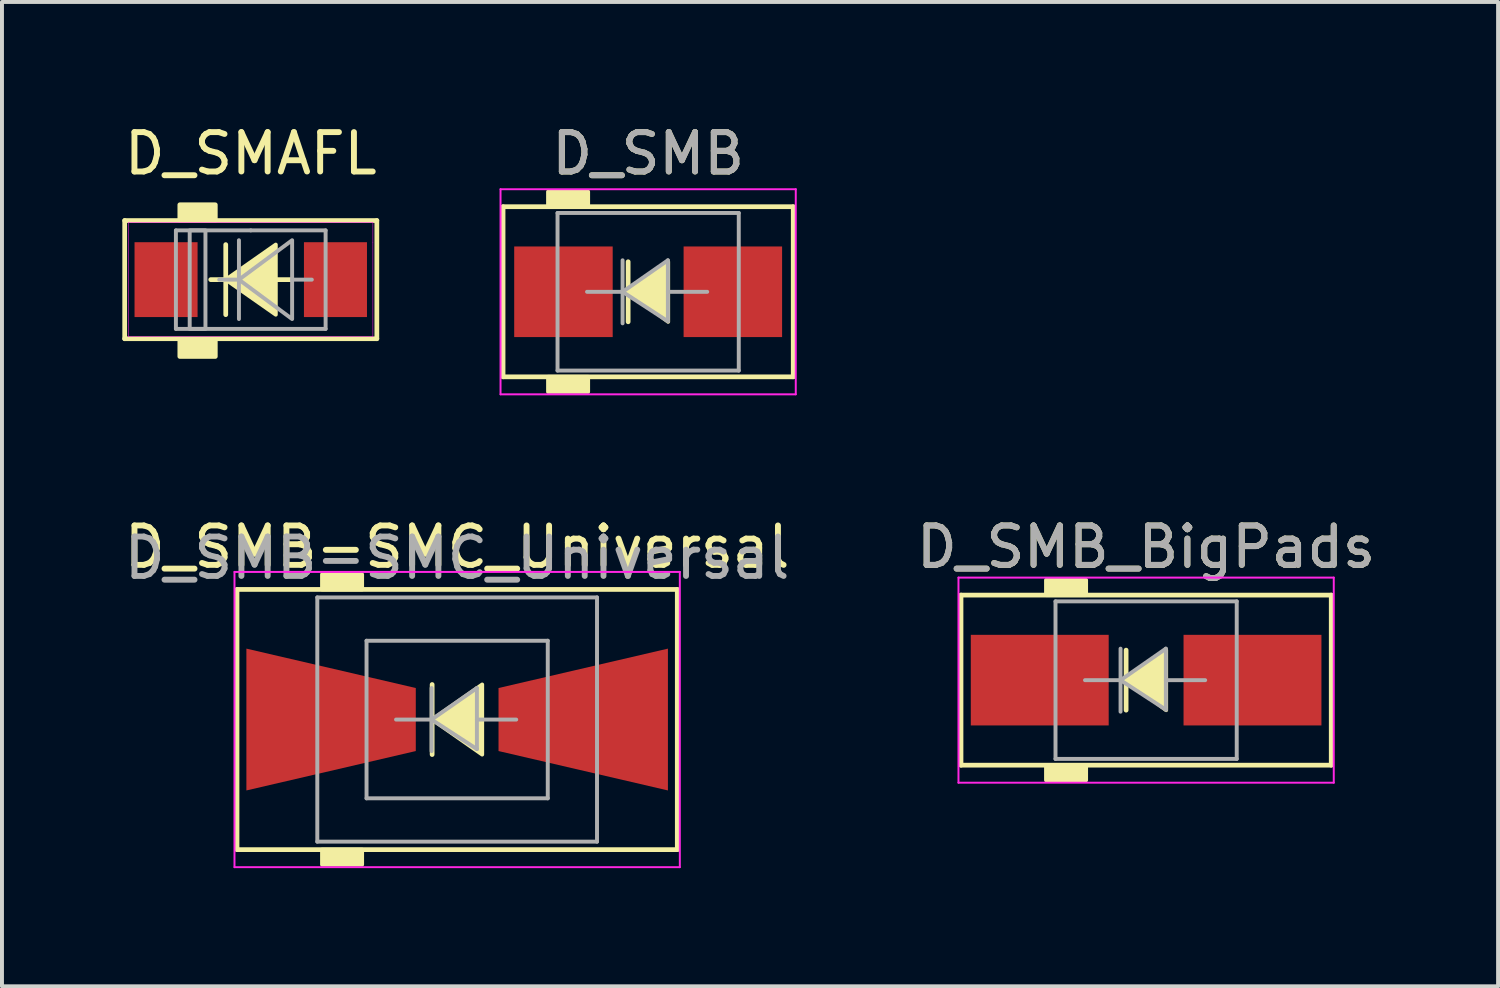
<source format=kicad_pcb>
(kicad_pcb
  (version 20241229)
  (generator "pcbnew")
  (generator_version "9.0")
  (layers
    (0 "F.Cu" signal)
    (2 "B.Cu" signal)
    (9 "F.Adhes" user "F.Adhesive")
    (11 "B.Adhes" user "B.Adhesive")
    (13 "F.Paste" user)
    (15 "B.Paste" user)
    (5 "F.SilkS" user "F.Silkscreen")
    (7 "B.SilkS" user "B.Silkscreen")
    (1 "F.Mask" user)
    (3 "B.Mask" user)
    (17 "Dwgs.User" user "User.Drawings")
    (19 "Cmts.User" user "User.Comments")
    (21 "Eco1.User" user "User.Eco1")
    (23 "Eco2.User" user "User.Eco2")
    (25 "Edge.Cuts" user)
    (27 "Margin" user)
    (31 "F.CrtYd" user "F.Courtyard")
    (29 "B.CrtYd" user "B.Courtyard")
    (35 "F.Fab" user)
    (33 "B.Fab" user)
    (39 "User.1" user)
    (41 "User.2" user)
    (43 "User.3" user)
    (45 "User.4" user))
  (footprint "D_SMAFL"
    (layer "F.Cu")
    (at 3.315 4.048)
    (property "Reference" "D_SMAFL" (at 0 -3.2 0) (unlocked yes) (layer "F.SilkS") (effects (font (size 1 1) (thickness 0.15))))
    (fp_line (start -3.2 -1.5) (end -3.2 1.5) (stroke (width 0.12) (type solid)) (layer "F.SilkS"))
    (fp_line (start -3.2 1.5) (end 3.2 1.5) (stroke (width 0.12) (type solid)) (layer "F.SilkS"))
    (fp_line (start -0.635 -0.889) (end -0.635 0.889) (stroke (width 0.12) (type solid)) (layer "F.SilkS"))
    (fp_line (start -0.635 0) (end -1.016 0) (stroke (width 0.12) (type solid)) (layer "F.SilkS"))
    (fp_line (start 0.635 0) (end 1.016 0) (stroke (width 0.12) (type solid)) (layer "F.SilkS"))
    (fp_line (start 3.2 -1.5) (end -3.2 -1.5) (stroke (width 0.12) (type solid)) (layer "F.SilkS"))
    (fp_line (start 3.2 1.5) (end 3.2 -1.5) (stroke (width 0.12) (type solid)) (layer "F.SilkS"))
    (fp_rect (start -0.9 -1.9) (end -1.8 -1.5) (stroke (width 0.12) (type solid)) (fill yes) (layer "F.SilkS"))
    (fp_rect (start -0.9 1.55) (end -1.8 1.95) (stroke (width 0.12) (type solid)) (fill yes) (layer "F.SilkS"))
    (fp_poly (pts (xy 0.635 0.889) (xy -0.635 0) (xy 0.635 -0.889)) (stroke (width 0.1) (type solid)) (fill yes) (layer "F.SilkS"))
    (fp_line (start -3.1 -1.45) (end -3.1 1.45) (stroke (width 0.013) (type solid)) (layer "F.CrtYd"))
    (fp_line (start -3.1 -1.45) (end 3.1 -1.45) (stroke (width 0.013) (type solid)) (layer "F.CrtYd"))
    (fp_line (start -3.1 1.45) (end 3.1 1.45) (stroke (width 0.013) (type solid)) (layer "F.CrtYd"))
    (fp_line (start 3.1 -1.45) (end 3.1 -0.95) (stroke (width 0.013) (type solid)) (layer "F.CrtYd"))
    (fp_line (start 3.1 1.45) (end 3.1 -0.95) (stroke (width 0.013) (type solid)) (layer "F.CrtYd"))
    (fp_line (start -1.9 -1.25) (end -1.9 1.25) (stroke (width 0.1) (type solid)) (layer "F.Fab"))
    (fp_line (start -1.9 1.25) (end 1.9 1.25) (stroke (width 0.1) (type solid)) (layer "F.Fab"))
    (fp_line (start -0.3 -1) (end -0.3 0) (stroke (width 0.1) (type solid)) (layer "F.Fab"))
    (fp_line (start -0.3 0) (end -0.8 0) (stroke (width 0.1) (type solid)) (layer "F.Fab"))
    (fp_line (start -0.3 1) (end -0.3 0) (stroke (width 0.1) (type solid)) (layer "F.Fab"))
    (fp_line (start 0 -1.25) (end -1.9 -1.25) (stroke (width 0.1) (type solid)) (layer "F.Fab"))
    (fp_line (start 1.55 0) (end 1.05 0) (stroke (width 0.1) (type solid)) (layer "F.Fab"))
    (fp_line (start 1.9 -1.25) (end 0 -1.25) (stroke (width 0.1) (type solid)) (layer "F.Fab"))
    (fp_line (start 1.9 1.25) (end 1.9 -1.25) (stroke (width 0.1) (type solid)) (layer "F.Fab"))
    (fp_rect (start -1.55 -1.25) (end -1.15 1.25) (stroke (width 0.1) (type solid)) (fill no) (layer "F.Fab"))
    (fp_poly (pts (xy 1.05 1) (xy -0.3 0) (xy 1.05 -1)) (stroke (width 0.1) (type solid)) (fill no) (layer "F.Fab"))
    (pad "1" smd rect (at -2.15 0) (size 1.6 1.9) (layers "F.Cu" "F.Mask" "F.Paste"))
    (pad "2" smd rect (at 2.15 0) (size 1.6 1.9) (layers "F.Cu" "F.Mask" "F.Paste")))
  (footprint "D_SMB"
    (layer "F.Cu")
    (at 13.402 4.356)
    (property "Reference" "D_SMB" (at 0 -3.508 0) (layer "F.SilkS") (effects (font (size 1 1) (thickness 0.15))))
    (attr smd)
    (fp_line (start -3.683 -2.159) (end -3.683 2.159) (stroke (width 0.12) (type solid)) (layer "F.SilkS"))
    (fp_line (start -3.683 2.159) (end 3.683 2.159) (stroke (width 0.12) (type solid)) (layer "F.SilkS"))
    (fp_line (start -0.508 -0.762) (end -0.508 0.762) (stroke (width 0.12) (type solid)) (layer "F.SilkS"))
    (fp_line (start 3.683 -2.159) (end -3.683 -2.159) (stroke (width 0.12) (type solid)) (layer "F.SilkS"))
    (fp_line (start 3.683 2.159) (end 3.683 -2.159) (stroke (width 0.12) (type solid)) (layer "F.SilkS"))
    (fp_poly (pts (xy 0.508 0.762) (xy -0.508 0) (xy 0.508 -0.762)) (stroke (width 0.1) (type solid)) (fill yes) (layer "F.SilkS"))
    (fp_poly (pts (xy -1.524 -2.159) (xy -2.54 -2.159) (xy -2.54 -2.54) (xy -1.524 -2.54)) (stroke (width 0.1) (type solid)) (fill yes) (layer "F.SilkS"))
    (fp_poly (pts (xy -1.524 2.54) (xy -2.54 2.54) (xy -2.54 2.159) (xy -1.524 2.159)) (stroke (width 0.1) (type solid)) (fill yes) (layer "F.SilkS"))
    (fp_line (start -3.747 -2.603) (end 3.747 -2.603) (stroke (width 0.05) (type solid)) (layer "F.CrtYd"))
    (fp_line (start -3.747 2.603) (end -3.747 -2.603) (stroke (width 0.05) (type solid)) (layer "F.CrtYd"))
    (fp_line (start 3.747 -2.603) (end 3.747 2.603) (stroke (width 0.05) (type solid)) (layer "F.CrtYd"))
    (fp_line (start 3.747 2.603) (end -3.747 2.603) (stroke (width 0.05) (type solid)) (layer "F.CrtYd"))
    (fp_line (start -2.3 2) (end -2.3 -2) (stroke (width 0.1) (type solid)) (layer "F.Fab"))
    (fp_line (start -0.649 -0.799) (end -0.649 0.801) (stroke (width 0.1) (type solid)) (layer "F.Fab"))
    (fp_line (start -0.649 0.001) (end -1.551 0.001) (stroke (width 0.1) (type solid)) (layer "F.Fab"))
    (fp_line (start -0.649 0.001) (end 0.501 -0.799) (stroke (width 0.1) (type solid)) (layer "F.Fab"))
    (fp_line (start -0.649 0.001) (end 0.501 0.75) (stroke (width 0.1) (type solid)) (layer "F.Fab"))
    (fp_line (start 0.501 0.001) (end 1.499 0.001) (stroke (width 0.1) (type solid)) (layer "F.Fab"))
    (fp_line (start 0.501 0.75) (end 0.501 -0.799) (stroke (width 0.1) (type solid)) (layer "F.Fab"))
    (fp_line (start 2.3 -2) (end -2.3 -2) (stroke (width 0.1) (type solid)) (layer "F.Fab"))
    (fp_line (start 2.3 -2) (end 2.3 2) (stroke (width 0.1) (type solid)) (layer "F.Fab"))
    (fp_line (start 2.3 2) (end -2.3 2) (stroke (width 0.1) (type solid)) (layer "F.Fab"))
    (fp_text user "${REFERENCE}" (at 0 -3.508 0) (layer "F.Fab") (effects (font (size 1 1) (thickness 0.15))))
    (pad "1" smd rect (at -2.15 0) (size 2.5 2.3) (layers "F.Cu" "F.Mask" "F.Paste"))
    (pad "2" smd rect (at 2.15 0) (size 2.5 2.3) (layers "F.Cu" "F.Mask" "F.Paste")))
  (footprint "D_SMB-SMC_Universal"
    (layer "F.Cu")
    (at 8.554 15.214)
    (property "Reference" "D_SMB-SMC_Universal" (at 0 -4.381 0) (layer "F.SilkS") (effects (font (size 1 1) (thickness 0.15))))
    (attr smd)
    (fp_line (start -5.588 -3.302) (end -5.588 3.302) (stroke (width 0.12) (type solid)) (layer "F.SilkS"))
    (fp_line (start -5.588 3.302) (end 5.588 3.302) (stroke (width 0.12) (type solid)) (layer "F.SilkS"))
    (fp_line (start -0.635 -0.889) (end -0.635 0.889) (stroke (width 0.12) (type solid)) (layer "F.SilkS"))
    (fp_line (start 5.588 -3.302) (end -5.588 -3.302) (stroke (width 0.12) (type solid)) (layer "F.SilkS"))
    (fp_line (start 5.588 3.302) (end 5.588 -3.302) (stroke (width 0.12) (type solid)) (layer "F.SilkS"))
    (fp_poly (pts (xy 0.635 0.889) (xy -0.635 0) (xy 0.635 -0.889)) (stroke (width 0.1) (type solid)) (fill yes) (layer "F.SilkS"))
    (fp_poly (pts (xy -2.413 -3.302) (xy -3.429 -3.302) (xy -3.429 -3.683) (xy -2.413 -3.683)) (stroke (width 0.1) (type solid)) (fill yes) (layer "F.SilkS"))
    (fp_poly (pts (xy -2.413 3.683) (xy -3.429 3.683) (xy -3.429 3.302) (xy -2.413 3.302)) (stroke (width 0.1) (type solid)) (fill yes) (layer "F.SilkS"))
    (fp_line (start -5.652 -3.747) (end 5.652 -3.747) (stroke (width 0.05) (type solid)) (layer "F.CrtYd"))
    (fp_line (start -5.652 3.747) (end -5.652 -3.747) (stroke (width 0.05) (type solid)) (layer "F.CrtYd"))
    (fp_line (start 5.652 -3.747) (end 5.652 3.747) (stroke (width 0.05) (type solid)) (layer "F.CrtYd"))
    (fp_line (start 5.652 3.747) (end -5.652 3.747) (stroke (width 0.05) (type solid)) (layer "F.CrtYd"))
    (fp_line (start -3.55 3.1) (end -3.55 -3.1) (stroke (width 0.1) (type solid)) (layer "F.Fab"))
    (fp_line (start -2.3 2) (end -2.3 -2) (stroke (width 0.1) (type solid)) (layer "F.Fab"))
    (fp_line (start -0.649 -0.799) (end -0.649 0.801) (stroke (width 0.1) (type solid)) (layer "F.Fab"))
    (fp_line (start -0.649 0.001) (end -1.551 0.001) (stroke (width 0.1) (type solid)) (layer "F.Fab"))
    (fp_line (start -0.649 0.001) (end 0.501 -0.799) (stroke (width 0.1) (type solid)) (layer "F.Fab"))
    (fp_line (start -0.649 0.001) (end 0.501 0.75) (stroke (width 0.1) (type solid)) (layer "F.Fab"))
    (fp_line (start 0.501 0.001) (end 1.499 0.001) (stroke (width 0.1) (type solid)) (layer "F.Fab"))
    (fp_line (start 0.501 0.75) (end 0.501 -0.799) (stroke (width 0.1) (type solid)) (layer "F.Fab"))
    (fp_line (start 2.3 -2) (end -2.3 -2) (stroke (width 0.1) (type solid)) (layer "F.Fab"))
    (fp_line (start 2.3 -2) (end 2.3 2) (stroke (width 0.1) (type solid)) (layer "F.Fab"))
    (fp_line (start 2.3 2) (end -2.3 2) (stroke (width 0.1) (type solid)) (layer "F.Fab"))
    (fp_line (start 3.55 -3.1) (end -3.55 -3.1) (stroke (width 0.1) (type solid)) (layer "F.Fab"))
    (fp_line (start 3.55 -3.1) (end 3.55 3.1) (stroke (width 0.1) (type solid)) (layer "F.Fab"))
    (fp_line (start 3.55 3.1) (end -3.55 3.1) (stroke (width 0.1) (type solid)) (layer "F.Fab"))
    (fp_text user "${REFERENCE}" (at 0 -4.1 0) (layer "F.Fab") (effects (font (size 1 1) (thickness 0.15))))
    (pad "1" smd trapezoid (at -3.2 0) (size 4.3 2.6) (rect_delta 1 0) (layers "F.Cu" "F.Mask" "F.Paste"))
    (pad "2" smd trapezoid (at 3.2 0 180) (size 4.3 2.6) (rect_delta 1 0) (layers "F.Cu" "F.Mask" "F.Paste")))
  (footprint "D_SMB_BigPads"
    (layer "F.Cu")
    (at 26.042 14.214)
    (property "Reference" "D_SMB_BigPads" (at 0 -3.381 0) (layer "F.SilkS") (effects (font (size 1 1) (thickness 0.15))))
    (attr smd)
    (fp_line (start -4.699 -2.159) (end -4.699 2.159) (stroke (width 0.12) (type solid)) (layer "F.SilkS"))
    (fp_line (start -4.699 2.159) (end 4.699 2.159) (stroke (width 0.12) (type solid)) (layer "F.SilkS"))
    (fp_line (start -0.508 -0.762) (end -0.508 0.762) (stroke (width 0.12) (type solid)) (layer "F.SilkS"))
    (fp_line (start 4.699 -2.159) (end -4.699 -2.159) (stroke (width 0.12) (type solid)) (layer "F.SilkS"))
    (fp_line (start 4.699 2.159) (end 4.699 -2.159) (stroke (width 0.12) (type solid)) (layer "F.SilkS"))
    (fp_poly (pts (xy 0.508 0.762) (xy -0.508 0) (xy 0.508 -0.762)) (stroke (width 0.1) (type solid)) (fill yes) (layer "F.SilkS"))
    (fp_poly (pts (xy -1.524 -2.159) (xy -2.54 -2.159) (xy -2.54 -2.54) (xy -1.524 -2.54)) (stroke (width 0.1) (type solid)) (fill yes) (layer "F.SilkS"))
    (fp_poly (pts (xy -1.524 2.54) (xy -2.54 2.54) (xy -2.54 2.159) (xy -1.524 2.159)) (stroke (width 0.1) (type solid)) (fill yes) (layer "F.SilkS"))
    (fp_line (start -4.763 -2.603) (end 4.763 -2.603) (stroke (width 0.05) (type solid)) (layer "F.CrtYd"))
    (fp_line (start -4.763 2.603) (end -4.763 -2.603) (stroke (width 0.05) (type solid)) (layer "F.CrtYd"))
    (fp_line (start 4.763 -2.603) (end 4.763 2.603) (stroke (width 0.05) (type solid)) (layer "F.CrtYd"))
    (fp_line (start 4.763 2.603) (end -4.763 2.603) (stroke (width 0.05) (type solid)) (layer "F.CrtYd"))
    (fp_line (start -2.3 2) (end -2.3 -2) (stroke (width 0.1) (type solid)) (layer "F.Fab"))
    (fp_line (start -0.649 -0.799) (end -0.649 0.801) (stroke (width 0.1) (type solid)) (layer "F.Fab"))
    (fp_line (start -0.649 0.001) (end -1.551 0.001) (stroke (width 0.1) (type solid)) (layer "F.Fab"))
    (fp_line (start -0.649 0.001) (end 0.501 -0.799) (stroke (width 0.1) (type solid)) (layer "F.Fab"))
    (fp_line (start -0.649 0.001) (end 0.501 0.75) (stroke (width 0.1) (type solid)) (layer "F.Fab"))
    (fp_line (start 0.501 0.001) (end 1.499 0.001) (stroke (width 0.1) (type solid)) (layer "F.Fab"))
    (fp_line (start 0.501 0.75) (end 0.501 -0.799) (stroke (width 0.1) (type solid)) (layer "F.Fab"))
    (fp_line (start 2.3 -2) (end -2.3 -2) (stroke (width 0.1) (type solid)) (layer "F.Fab"))
    (fp_line (start 2.3 -2) (end 2.3 2) (stroke (width 0.1) (type solid)) (layer "F.Fab"))
    (fp_line (start 2.3 2) (end -2.3 2) (stroke (width 0.1) (type solid)) (layer "F.Fab"))
    (fp_text user "${REFERENCE}" (at 0 -3.381 0) (layer "F.Fab") (effects (font (size 1 1) (thickness 0.15))))
    (pad "1" smd rect (at -2.7 0) (size 3.5 2.3) (layers "F.Cu" "F.Mask" "F.Paste"))
    (pad "2" smd rect (at 2.7 0) (size 3.5 2.3) (layers "F.Cu" "F.Mask" "F.Paste")))
  (gr_rect
    (start -3 -3)
    (end 34.976 21.986)
    (stroke (width 0.1) (type default))
    (fill no)
    (layer "Edge.Cuts")))
</source>
